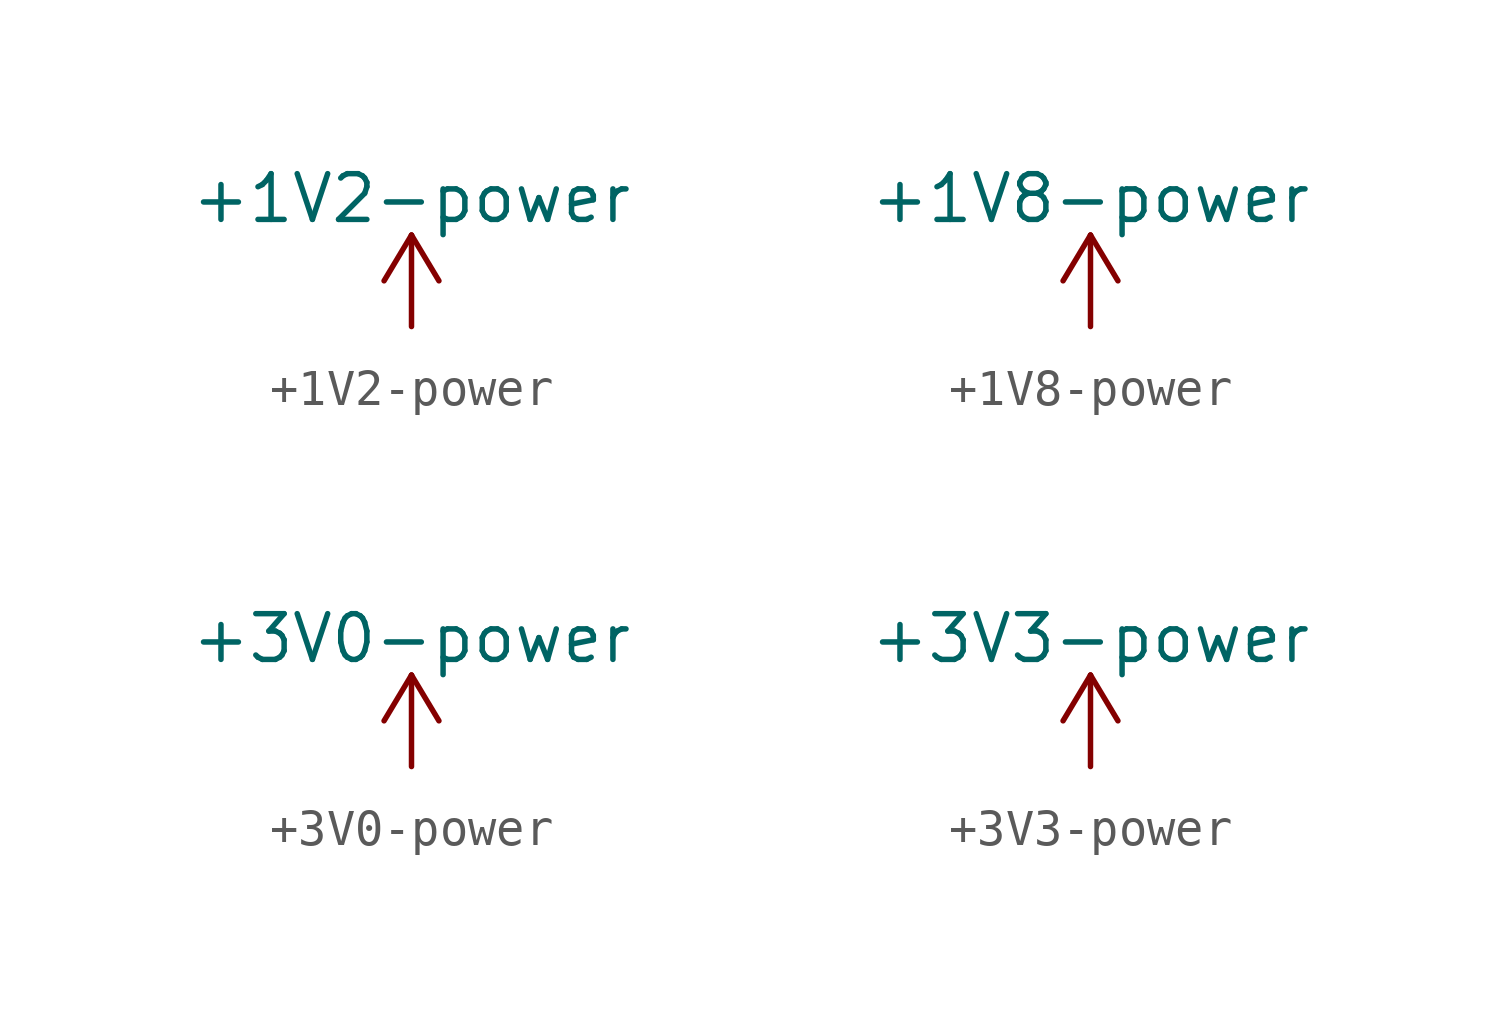
<source format=kicad_sym>
(kicad_symbol_lib
  (version 20211014)
  (generator kicad_symbol_editor)
  (symbol "+1V2-power"
    (power)
    (pin_names
      (offset 0))
    (property "Reference" "#PWR"
      (at 0 -3.81 0)
      (effects (font (size 1.27 1.27)) hide))
    (property "Value" "+1V2-power"
      (at 0 3.556 0)
      (effects (font (size 1.27 1.27))))
    (symbol "+1V2-power_0_1"
      (polyline (pts (xy -0.762 1.27) (xy 0 2.54)) (stroke (width 0) (type default) (color 0 0 0 0)) (fill (type none)))
      (polyline (pts (xy 0 0) (xy 0 2.54)) (stroke (width 0) (type default) (color 0 0 0 0)) (fill (type none)))
      (polyline (pts (xy 0 2.54) (xy 0.762 1.27)) (stroke (width 0) (type default) (color 0 0 0 0)) (fill (type none))))
    (symbol "+1V2-power_1_1"
      (pin power_in line (at 0 0 90) (length 0) hide (name "+1V2" (effects (font (size 1.27 1.27)))) (number "1" (effects (font (size 1.27 1.27)))))))
  (symbol "+1V8-power"
    (power)
    (pin_names
      (offset 0))
    (property "Reference" "#PWR"
      (at 0 -3.81 0)
      (effects (font (size 1.27 1.27)) hide))
    (property "Value" "+1V8-power"
      (at 0 3.556 0)
      (effects (font (size 1.27 1.27))))
    (symbol "+1V8-power_0_1"
      (polyline (pts (xy -0.762 1.27) (xy 0 2.54)) (stroke (width 0) (type default) (color 0 0 0 0)) (fill (type none)))
      (polyline (pts (xy 0 0) (xy 0 2.54)) (stroke (width 0) (type default) (color 0 0 0 0)) (fill (type none)))
      (polyline (pts (xy 0 2.54) (xy 0.762 1.27)) (stroke (width 0) (type default) (color 0 0 0 0)) (fill (type none))))
    (symbol "+1V8-power_1_1"
      (pin power_in line (at 0 0 90) (length 0) hide (name "+1V8" (effects (font (size 1.27 1.27)))) (number "1" (effects (font (size 1.27 1.27)))))))
  (symbol "+3V0-power"
    (power)
    (pin_names
      (offset 0))
    (property "Reference" "#PWR"
      (at 0 -3.81 0)
      (effects (font (size 1.27 1.27)) hide))
    (property "Value" "+3V0-power"
      (at 0 3.556 0)
      (effects (font (size 1.27 1.27))))
    (symbol "+3V0-power_0_1"
      (polyline (pts (xy -0.762 1.27) (xy 0 2.54)) (stroke (width 0) (type default) (color 0 0 0 0)) (fill (type none)))
      (polyline (pts (xy 0 0) (xy 0 2.54)) (stroke (width 0) (type default) (color 0 0 0 0)) (fill (type none)))
      (polyline (pts (xy 0 2.54) (xy 0.762 1.27)) (stroke (width 0) (type default) (color 0 0 0 0)) (fill (type none))))
    (symbol "+3V0-power_1_1"
      (pin power_in line (at 0 0 90) (length 0) hide (name "+3V0" (effects (font (size 1.27 1.27)))) (number "1" (effects (font (size 1.27 1.27)))))))
  (symbol "+3V3-power"
    (power)
    (pin_names
      (offset 0))
    (property "Reference" "#PWR"
      (at 0 -3.81 0)
      (effects (font (size 1.27 1.27)) hide))
    (property "Value" "+3V3-power"
      (at 0 3.556 0)
      (effects (font (size 1.27 1.27))))
    (symbol "+3V3-power_0_1"
      (polyline (pts (xy -0.762 1.27) (xy 0 2.54)) (stroke (width 0) (type default) (color 0 0 0 0)) (fill (type none)))
      (polyline (pts (xy 0 0) (xy 0 2.54)) (stroke (width 0) (type default) (color 0 0 0 0)) (fill (type none)))
      (polyline (pts (xy 0 2.54) (xy 0.762 1.27)) (stroke (width 0) (type default) (color 0 0 0 0)) (fill (type none))))
    (symbol "+3V3-power_1_1"
      (pin power_in line (at 0 0 90) (length 0) hide (name "+3V3" (effects (font (size 1.27 1.27)))) (number "1" (effects (font (size 1.27 1.27))))))))
</source>
